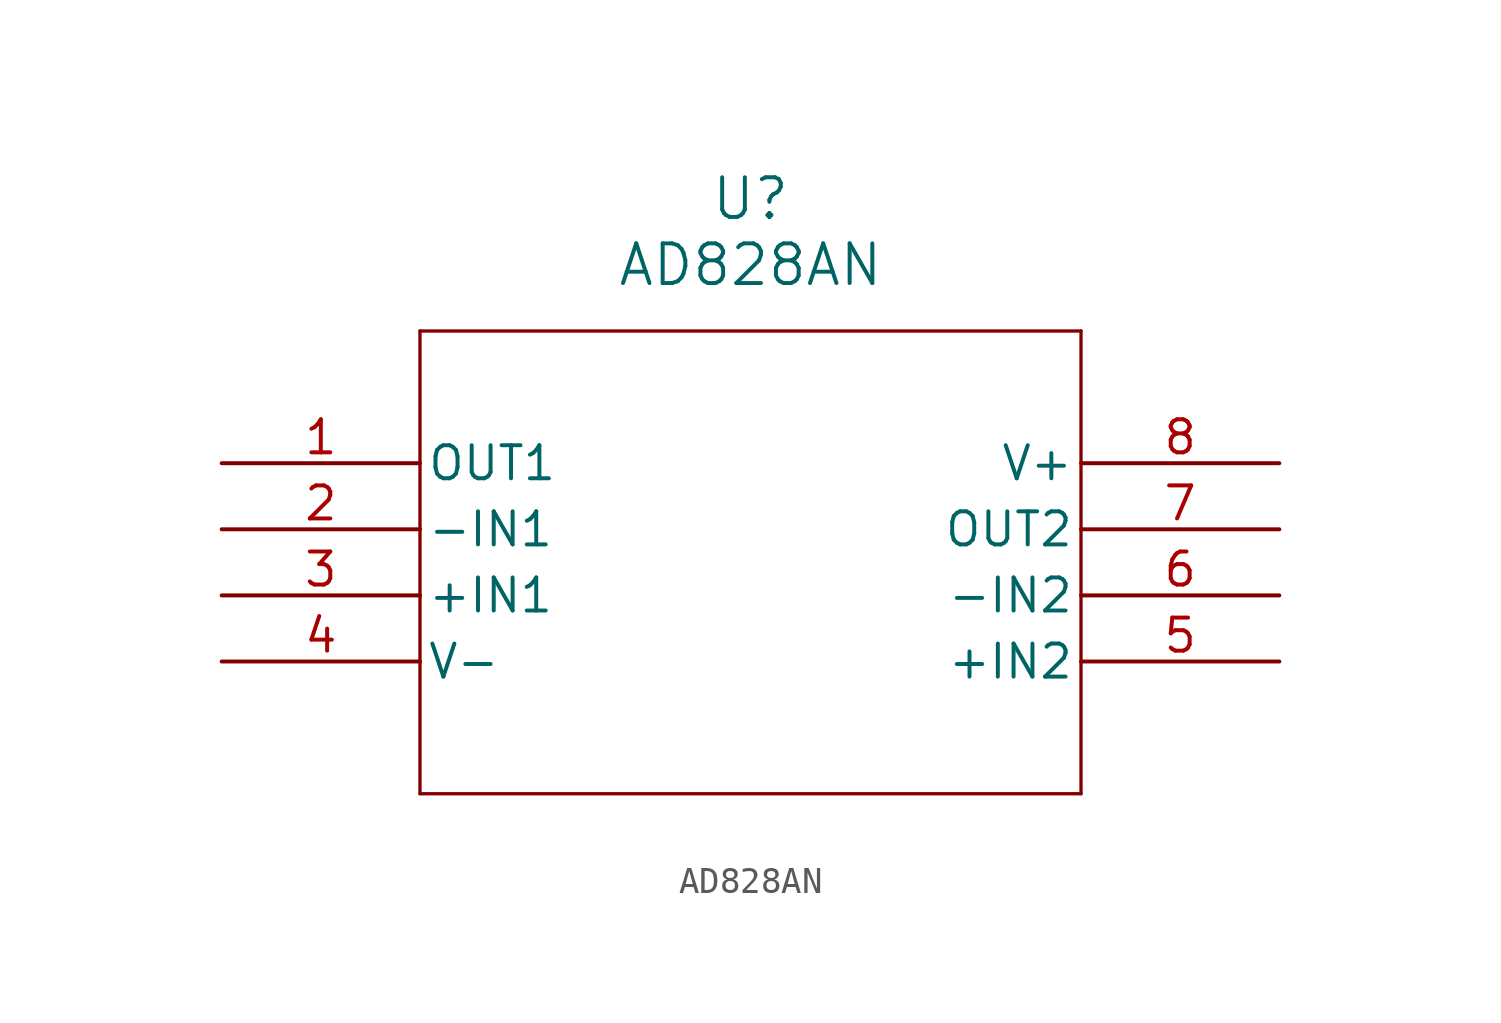
<source format=kicad_sym>
(kicad_symbol_lib
  (version 20211014)
  (generator kicad_symbol_editor)
  (symbol "AD828AN"
    (pin_names
      (offset 0.254))
    (property "Reference" "U"
      (at 20.32 10.16 0)
      (effects (font (size 1.524 1.524))))
    (property "Value" "AD828AN"
      (at 20.32 7.62 0)
      (effects (font (size 1.524 1.524))))
    (symbol "AD828AN_0_1"
      (polyline (pts (xy 7.62 5.08) (xy 7.62 -12.7)) (stroke (width .127) (type default) (color 0 0 0 0)) (fill (type none)))
      (polyline (pts (xy 7.62 -12.7) (xy 33.02 -12.7)) (stroke (width .127) (type default) (color 0 0 0 0)) (fill (type none)))
      (polyline (pts (xy 33.02 -12.7) (xy 33.02 5.08)) (stroke (width .127) (type default) (color 0 0 0 0)) (fill (type none)))
      (polyline (pts (xy 33.02 5.08) (xy 7.62 5.08)) (stroke (width .127) (type default) (color 0 0 0 0)) (fill (type none)))
      (pin unspecified line (at 0 0 0) (length 7.62) (name "OUT1" (effects (font (size 1.27 1.27)))) (number "1" (effects (font (size 1.27 1.27)))))
      (pin unspecified line (at 0 -2.54 0) (length 7.62) (name "-IN1" (effects (font (size 1.27 1.27)))) (number "2" (effects (font (size 1.27 1.27)))))
      (pin unspecified line (at 0 -5.08 0) (length 7.62) (name "+IN1" (effects (font (size 1.27 1.27)))) (number "3" (effects (font (size 1.27 1.27)))))
      (pin power_in line (at 0 -7.62 0) (length 7.62) (name "V-" (effects (font (size 1.27 1.27)))) (number "4" (effects (font (size 1.27 1.27)))))
      (pin unspecified line (at 40.64 -7.62 180) (length 7.62) (name "+IN2" (effects (font (size 1.27 1.27)))) (number "5" (effects (font (size 1.27 1.27)))))
      (pin unspecified line (at 40.64 -5.08 180) (length 7.62) (name "-IN2" (effects (font (size 1.27 1.27)))) (number "6" (effects (font (size 1.27 1.27)))))
      (pin unspecified line (at 40.64 -2.54 180) (length 7.62) (name "OUT2" (effects (font (size 1.27 1.27)))) (number "7" (effects (font (size 1.27 1.27)))))
      (pin power_in line (at 40.64 0 180) (length 7.62) (name "V+" (effects (font (size 1.27 1.27)))) (number "8" (effects (font (size 1.27 1.27))))))))
</source>
